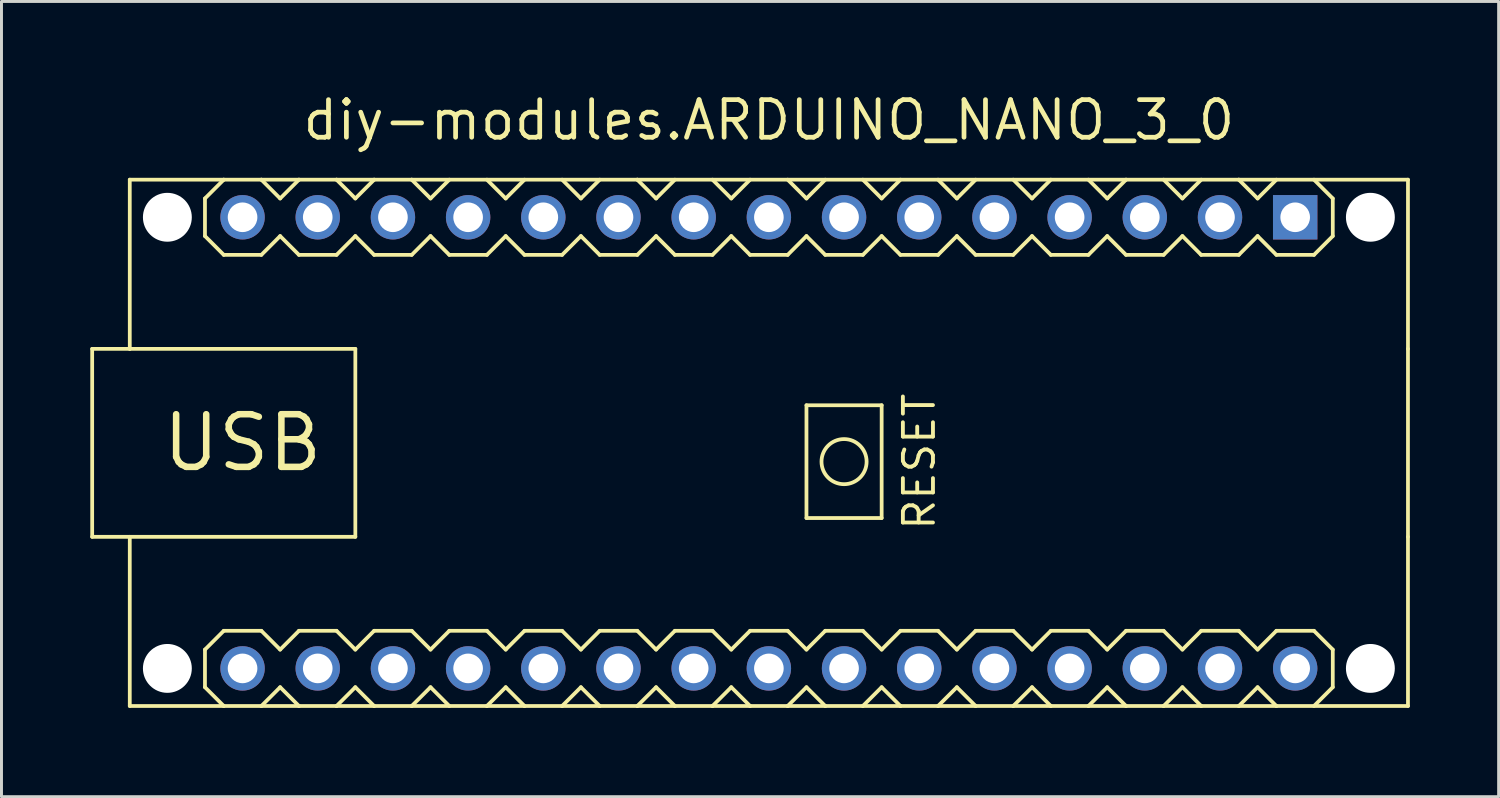
<source format=kicad_pcb>
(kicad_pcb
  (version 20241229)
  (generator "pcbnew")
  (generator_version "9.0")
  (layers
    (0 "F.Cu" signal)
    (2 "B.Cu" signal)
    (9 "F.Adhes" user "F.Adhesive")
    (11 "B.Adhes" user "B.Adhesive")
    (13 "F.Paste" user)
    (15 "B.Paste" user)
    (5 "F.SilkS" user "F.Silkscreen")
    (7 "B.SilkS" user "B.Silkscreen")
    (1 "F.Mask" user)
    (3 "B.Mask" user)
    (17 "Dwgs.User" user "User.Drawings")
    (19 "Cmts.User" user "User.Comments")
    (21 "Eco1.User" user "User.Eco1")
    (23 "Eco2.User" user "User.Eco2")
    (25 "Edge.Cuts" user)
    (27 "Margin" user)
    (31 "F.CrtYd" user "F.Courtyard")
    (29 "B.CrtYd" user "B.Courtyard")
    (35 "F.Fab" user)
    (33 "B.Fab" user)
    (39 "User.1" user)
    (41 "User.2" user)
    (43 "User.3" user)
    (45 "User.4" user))
  (footprint "diy-modules.ARDUINO_NANO_3_0"
    (layer "F.Cu")
    (at 22.924 11.91)
    (property "Reference" "diy-modules.ARDUINO_NANO_3_0" (at 0 -10.16 0) (layer "F.SilkS") (effects (font (size 1.27 1.27) (thickness 0.16)) (justify bottom)))
    (attr through_hole)
    (fp_line (start -22.86 -3.175) (end -22.86 3.175) (stroke (width 0.127) (type default)) (layer "F.SilkS"))
    (fp_line (start -22.86 3.175) (end -21.59 3.175) (stroke (width 0.127) (type default)) (layer "F.SilkS"))
    (fp_line (start -21.59 -8.89) (end -21.59 -3.175) (stroke (width 0.127) (type default)) (layer "F.SilkS"))
    (fp_line (start -21.59 -3.175) (end -22.86 -3.175) (stroke (width 0.127) (type default)) (layer "F.SilkS"))
    (fp_line (start -21.59 -3.175) (end -13.97 -3.175) (stroke (width 0.127) (type default)) (layer "F.SilkS"))
    (fp_line (start -21.59 3.175) (end -21.59 8.89) (stroke (width 0.127) (type default)) (layer "F.SilkS"))
    (fp_line (start -21.59 8.89) (end -18.415 8.89) (stroke (width 0.127) (type default)) (layer "F.SilkS"))
    (fp_line (start -19.05 -8.255) (end -19.05 -6.985) (stroke (width 0.127) (type default)) (layer "F.SilkS"))
    (fp_line (start -19.05 -6.985) (end -18.415 -6.35) (stroke (width 0.127) (type default)) (layer "F.SilkS"))
    (fp_line (start -19.05 6.985) (end -19.05 8.255) (stroke (width 0.127) (type default)) (layer "F.SilkS"))
    (fp_line (start -19.05 8.255) (end -18.415 8.89) (stroke (width 0.127) (type default)) (layer "F.SilkS"))
    (fp_line (start -18.415 -8.89) (end -21.59 -8.89) (stroke (width 0.127) (type default)) (layer "F.SilkS"))
    (fp_line (start -18.415 -8.89) (end -19.05 -8.255) (stroke (width 0.127) (type default)) (layer "F.SilkS"))
    (fp_line (start -18.415 -6.35) (end -17.145 -6.35) (stroke (width 0.127) (type default)) (layer "F.SilkS"))
    (fp_line (start -18.415 6.35) (end -19.05 6.985) (stroke (width 0.127) (type default)) (layer "F.SilkS"))
    (fp_line (start -18.415 8.89) (end -17.145 8.89) (stroke (width 0.127) (type default)) (layer "F.SilkS"))
    (fp_line (start -17.145 -8.89) (end -18.415 -8.89) (stroke (width 0.127) (type default)) (layer "F.SilkS"))
    (fp_line (start -17.145 -6.35) (end -16.51 -6.985) (stroke (width 0.127) (type default)) (layer "F.SilkS"))
    (fp_line (start -17.145 6.35) (end -18.415 6.35) (stroke (width 0.127) (type default)) (layer "F.SilkS"))
    (fp_line (start -17.145 8.89) (end -16.51 8.255) (stroke (width 0.127) (type default)) (layer "F.SilkS"))
    (fp_line (start -17.145 8.89) (end -15.875 8.89) (stroke (width 0.127) (type default)) (layer "F.SilkS"))
    (fp_line (start -16.51 -8.255) (end -17.145 -8.89) (stroke (width 0.127) (type default)) (layer "F.SilkS"))
    (fp_line (start -16.51 -6.985) (end -15.875 -6.35) (stroke (width 0.127) (type default)) (layer "F.SilkS"))
    (fp_line (start -16.51 6.985) (end -17.145 6.35) (stroke (width 0.127) (type default)) (layer "F.SilkS"))
    (fp_line (start -16.51 8.255) (end -15.875 8.89) (stroke (width 0.127) (type default)) (layer "F.SilkS"))
    (fp_line (start -15.875 -8.89) (end -17.145 -8.89) (stroke (width 0.127) (type default)) (layer "F.SilkS"))
    (fp_line (start -15.875 -8.89) (end -16.51 -8.255) (stroke (width 0.127) (type default)) (layer "F.SilkS"))
    (fp_line (start -15.875 -6.35) (end -14.605 -6.35) (stroke (width 0.127) (type default)) (layer "F.SilkS"))
    (fp_line (start -15.875 6.35) (end -16.51 6.985) (stroke (width 0.127) (type default)) (layer "F.SilkS"))
    (fp_line (start -15.875 8.89) (end -14.605 8.89) (stroke (width 0.127) (type default)) (layer "F.SilkS"))
    (fp_line (start -14.605 -8.89) (end -15.875 -8.89) (stroke (width 0.127) (type default)) (layer "F.SilkS"))
    (fp_line (start -14.605 -6.35) (end -13.97 -6.985) (stroke (width 0.127) (type default)) (layer "F.SilkS"))
    (fp_line (start -14.605 6.35) (end -15.875 6.35) (stroke (width 0.127) (type default)) (layer "F.SilkS"))
    (fp_line (start -14.605 8.89) (end -13.97 8.255) (stroke (width 0.127) (type default)) (layer "F.SilkS"))
    (fp_line (start -14.605 8.89) (end -13.335 8.89) (stroke (width 0.127) (type default)) (layer "F.SilkS"))
    (fp_line (start -13.97 -8.255) (end -14.605 -8.89) (stroke (width 0.127) (type default)) (layer "F.SilkS"))
    (fp_line (start -13.97 -6.985) (end -13.335 -6.35) (stroke (width 0.127) (type default)) (layer "F.SilkS"))
    (fp_line (start -13.97 -3.175) (end -13.97 3.175) (stroke (width 0.127) (type default)) (layer "F.SilkS"))
    (fp_line (start -13.97 3.175) (end -21.59 3.175) (stroke (width 0.127) (type default)) (layer "F.SilkS"))
    (fp_line (start -13.97 6.985) (end -14.605 6.35) (stroke (width 0.127) (type default)) (layer "F.SilkS"))
    (fp_line (start -13.97 8.255) (end -13.335 8.89) (stroke (width 0.127) (type default)) (layer "F.SilkS"))
    (fp_line (start -13.335 -8.89) (end -14.605 -8.89) (stroke (width 0.127) (type default)) (layer "F.SilkS"))
    (fp_line (start -13.335 -8.89) (end -13.97 -8.255) (stroke (width 0.127) (type default)) (layer "F.SilkS"))
    (fp_line (start -13.335 -6.35) (end -12.065 -6.35) (stroke (width 0.127) (type default)) (layer "F.SilkS"))
    (fp_line (start -13.335 6.35) (end -13.97 6.985) (stroke (width 0.127) (type default)) (layer "F.SilkS"))
    (fp_line (start -13.335 8.89) (end -12.065 8.89) (stroke (width 0.127) (type default)) (layer "F.SilkS"))
    (fp_line (start -12.065 -8.89) (end -13.335 -8.89) (stroke (width 0.127) (type default)) (layer "F.SilkS"))
    (fp_line (start -12.065 -6.35) (end -11.43 -6.985) (stroke (width 0.127) (type default)) (layer "F.SilkS"))
    (fp_line (start -12.065 6.35) (end -13.335 6.35) (stroke (width 0.127) (type default)) (layer "F.SilkS"))
    (fp_line (start -12.065 8.89) (end -11.43 8.255) (stroke (width 0.127) (type default)) (layer "F.SilkS"))
    (fp_line (start -12.065 8.89) (end -9.525 8.89) (stroke (width 0.127) (type default)) (layer "F.SilkS"))
    (fp_line (start -11.43 -8.255) (end -12.065 -8.89) (stroke (width 0.127) (type default)) (layer "F.SilkS"))
    (fp_line (start -11.43 -6.985) (end -10.795 -6.35) (stroke (width 0.127) (type default)) (layer "F.SilkS"))
    (fp_line (start -11.43 6.985) (end -12.065 6.35) (stroke (width 0.127) (type default)) (layer "F.SilkS"))
    (fp_line (start -10.795 -8.89) (end -11.43 -8.255) (stroke (width 0.127) (type default)) (layer "F.SilkS"))
    (fp_line (start -10.795 -6.35) (end -9.525 -6.35) (stroke (width 0.127) (type default)) (layer "F.SilkS"))
    (fp_line (start -10.795 6.35) (end -11.43 6.985) (stroke (width 0.127) (type default)) (layer "F.SilkS"))
    (fp_line (start -10.795 6.35) (end -9.525 6.35) (stroke (width 0.127) (type default)) (layer "F.SilkS"))
    (fp_line (start -10.795 8.89) (end -11.43 8.255) (stroke (width 0.127) (type default)) (layer "F.SilkS"))
    (fp_line (start -9.525 -6.35) (end -8.89 -6.985) (stroke (width 0.127) (type default)) (layer "F.SilkS"))
    (fp_line (start -9.525 6.35) (end -8.89 6.985) (stroke (width 0.127) (type default)) (layer "F.SilkS"))
    (fp_line (start -9.525 8.89) (end -8.89 8.255) (stroke (width 0.127) (type default)) (layer "F.SilkS"))
    (fp_line (start -9.525 8.89) (end -8.255 8.89) (stroke (width 0.127) (type default)) (layer "F.SilkS"))
    (fp_line (start -8.89 -8.255) (end -9.525 -8.89) (stroke (width 0.127) (type default)) (layer "F.SilkS"))
    (fp_line (start -8.89 -6.985) (end -8.255 -6.35) (stroke (width 0.127) (type default)) (layer "F.SilkS"))
    (fp_line (start -8.89 6.985) (end -8.255 6.35) (stroke (width 0.127) (type default)) (layer "F.SilkS"))
    (fp_line (start -8.89 8.255) (end -8.255 8.89) (stroke (width 0.127) (type default)) (layer "F.SilkS"))
    (fp_line (start -8.255 -8.89) (end -8.89 -8.255) (stroke (width 0.127) (type default)) (layer "F.SilkS"))
    (fp_line (start -8.255 -6.35) (end -6.985 -6.35) (stroke (width 0.127) (type default)) (layer "F.SilkS"))
    (fp_line (start -8.255 6.35) (end -6.985 6.35) (stroke (width 0.127) (type default)) (layer "F.SilkS"))
    (fp_line (start -8.255 8.89) (end -6.985 8.89) (stroke (width 0.127) (type default)) (layer "F.SilkS"))
    (fp_line (start -6.985 -6.35) (end -6.35 -6.985) (stroke (width 0.127) (type default)) (layer "F.SilkS"))
    (fp_line (start -6.985 6.35) (end -6.35 6.985) (stroke (width 0.127) (type default)) (layer "F.SilkS"))
    (fp_line (start -6.985 8.89) (end -6.35 8.255) (stroke (width 0.127) (type default)) (layer "F.SilkS"))
    (fp_line (start -6.985 8.89) (end -5.715 8.89) (stroke (width 0.127) (type default)) (layer "F.SilkS"))
    (fp_line (start -6.35 -8.255) (end -6.985 -8.89) (stroke (width 0.127) (type default)) (layer "F.SilkS"))
    (fp_line (start -6.35 -6.985) (end -5.715 -6.35) (stroke (width 0.127) (type default)) (layer "F.SilkS"))
    (fp_line (start -6.35 6.985) (end -5.715 6.35) (stroke (width 0.127) (type default)) (layer "F.SilkS"))
    (fp_line (start -6.35 8.255) (end -5.715 8.89) (stroke (width 0.127) (type default)) (layer "F.SilkS"))
    (fp_line (start -5.715 -8.89) (end -6.35 -8.255) (stroke (width 0.127) (type default)) (layer "F.SilkS"))
    (fp_line (start -5.715 -6.35) (end -4.445 -6.35) (stroke (width 0.127) (type default)) (layer "F.SilkS"))
    (fp_line (start -5.715 6.35) (end -4.445 6.35) (stroke (width 0.127) (type default)) (layer "F.SilkS"))
    (fp_line (start -5.715 8.89) (end -4.445 8.89) (stroke (width 0.127) (type default)) (layer "F.SilkS"))
    (fp_line (start -4.445 -8.89) (end -12.065 -8.89) (stroke (width 0.127) (type default)) (layer "F.SilkS"))
    (fp_line (start -4.445 -6.35) (end -3.81 -6.985) (stroke (width 0.127) (type default)) (layer "F.SilkS"))
    (fp_line (start -4.445 6.35) (end -3.81 6.985) (stroke (width 0.127) (type default)) (layer "F.SilkS"))
    (fp_line (start -4.445 8.89) (end -3.81 8.255) (stroke (width 0.127) (type default)) (layer "F.SilkS"))
    (fp_line (start -4.445 8.89) (end -3.175 8.89) (stroke (width 0.127) (type default)) (layer "F.SilkS"))
    (fp_line (start -3.81 -8.255) (end -4.445 -8.89) (stroke (width 0.127) (type default)) (layer "F.SilkS"))
    (fp_line (start -3.81 -6.985) (end -3.175 -6.35) (stroke (width 0.127) (type default)) (layer "F.SilkS"))
    (fp_line (start -3.81 6.985) (end -3.175 6.35) (stroke (width 0.127) (type default)) (layer "F.SilkS"))
    (fp_line (start -3.81 8.255) (end -3.175 8.89) (stroke (width 0.127) (type default)) (layer "F.SilkS"))
    (fp_line (start -3.175 -8.89) (end -3.81 -8.255) (stroke (width 0.127) (type default)) (layer "F.SilkS"))
    (fp_line (start -3.175 -6.35) (end -1.905 -6.35) (stroke (width 0.127) (type default)) (layer "F.SilkS"))
    (fp_line (start -3.175 6.35) (end -1.905 6.35) (stroke (width 0.127) (type default)) (layer "F.SilkS"))
    (fp_line (start -3.175 8.89) (end -1.905 8.89) (stroke (width 0.127) (type default)) (layer "F.SilkS"))
    (fp_line (start -1.905 -6.35) (end -1.27 -6.985) (stroke (width 0.127) (type default)) (layer "F.SilkS"))
    (fp_line (start -1.905 6.35) (end -1.27 6.985) (stroke (width 0.127) (type default)) (layer "F.SilkS"))
    (fp_line (start -1.905 8.89) (end -1.27 8.255) (stroke (width 0.127) (type default)) (layer "F.SilkS"))
    (fp_line (start -1.905 8.89) (end -0.635 8.89) (stroke (width 0.127) (type default)) (layer "F.SilkS"))
    (fp_line (start -1.27 -8.255) (end -1.905 -8.89) (stroke (width 0.127) (type default)) (layer "F.SilkS"))
    (fp_line (start -1.27 -6.985) (end -0.635 -6.35) (stroke (width 0.127) (type default)) (layer "F.SilkS"))
    (fp_line (start -1.27 6.985) (end -0.635 6.35) (stroke (width 0.127) (type default)) (layer "F.SilkS"))
    (fp_line (start -1.27 8.255) (end -0.635 8.89) (stroke (width 0.127) (type default)) (layer "F.SilkS"))
    (fp_line (start -0.635 -8.89) (end -1.27 -8.255) (stroke (width 0.127) (type default)) (layer "F.SilkS"))
    (fp_line (start -0.635 -6.35) (end 0.635 -6.35) (stroke (width 0.127) (type default)) (layer "F.SilkS"))
    (fp_line (start -0.635 6.35) (end 0.635 6.35) (stroke (width 0.127) (type default)) (layer "F.SilkS"))
    (fp_line (start -0.635 8.89) (end 0.635 8.89) (stroke (width 0.127) (type default)) (layer "F.SilkS"))
    (fp_line (start 0.635 -6.35) (end 1.27 -6.985) (stroke (width 0.127) (type default)) (layer "F.SilkS"))
    (fp_line (start 0.635 6.35) (end 1.27 6.985) (stroke (width 0.127) (type default)) (layer "F.SilkS"))
    (fp_line (start 0.635 8.89) (end 1.27 8.255) (stroke (width 0.127) (type default)) (layer "F.SilkS"))
    (fp_line (start 0.635 8.89) (end 1.905 8.89) (stroke (width 0.127) (type default)) (layer "F.SilkS"))
    (fp_line (start 1.27 -8.255) (end 0.635 -8.89) (stroke (width 0.127) (type default)) (layer "F.SilkS"))
    (fp_line (start 1.27 -6.985) (end 1.905 -6.35) (stroke (width 0.127) (type default)) (layer "F.SilkS"))
    (fp_line (start 1.27 -1.27) (end 1.27 2.54) (stroke (width 0.127) (type default)) (layer "F.SilkS"))
    (fp_line (start 1.27 2.54) (end 3.81 2.54) (stroke (width 0.127) (type default)) (layer "F.SilkS"))
    (fp_line (start 1.27 6.985) (end 1.905 6.35) (stroke (width 0.127) (type default)) (layer "F.SilkS"))
    (fp_line (start 1.27 8.255) (end 1.905 8.89) (stroke (width 0.127) (type default)) (layer "F.SilkS"))
    (fp_line (start 1.905 -8.89) (end 1.27 -8.255) (stroke (width 0.127) (type default)) (layer "F.SilkS"))
    (fp_line (start 1.905 -6.35) (end 3.175 -6.35) (stroke (width 0.127) (type default)) (layer "F.SilkS"))
    (fp_line (start 1.905 6.35) (end 3.175 6.35) (stroke (width 0.127) (type default)) (layer "F.SilkS"))
    (fp_line (start 1.905 8.89) (end 3.175 8.89) (stroke (width 0.127) (type default)) (layer "F.SilkS"))
    (fp_line (start 3.175 -6.35) (end 3.81 -6.985) (stroke (width 0.127) (type default)) (layer "F.SilkS"))
    (fp_line (start 3.175 6.35) (end 3.81 6.985) (stroke (width 0.127) (type default)) (layer "F.SilkS"))
    (fp_line (start 3.175 8.89) (end 3.81 8.255) (stroke (width 0.127) (type default)) (layer "F.SilkS"))
    (fp_line (start 3.175 8.89) (end 4.445 8.89) (stroke (width 0.127) (type default)) (layer "F.SilkS"))
    (fp_line (start 3.81 -8.255) (end 3.175 -8.89) (stroke (width 0.127) (type default)) (layer "F.SilkS"))
    (fp_line (start 3.81 -6.985) (end 4.445 -6.35) (stroke (width 0.127) (type default)) (layer "F.SilkS"))
    (fp_line (start 3.81 -1.27) (end 1.27 -1.27) (stroke (width 0.127) (type default)) (layer "F.SilkS"))
    (fp_line (start 3.81 2.54) (end 3.81 -1.27) (stroke (width 0.127) (type default)) (layer "F.SilkS"))
    (fp_line (start 3.81 6.985) (end 4.445 6.35) (stroke (width 0.127) (type default)) (layer "F.SilkS"))
    (fp_line (start 3.81 8.255) (end 4.445 8.89) (stroke (width 0.127) (type default)) (layer "F.SilkS"))
    (fp_line (start 4.445 -8.89) (end 3.81 -8.255) (stroke (width 0.127) (type default)) (layer "F.SilkS"))
    (fp_line (start 4.445 -6.35) (end 5.715 -6.35) (stroke (width 0.127) (type default)) (layer "F.SilkS"))
    (fp_line (start 4.445 6.35) (end 5.715 6.35) (stroke (width 0.127) (type default)) (layer "F.SilkS"))
    (fp_line (start 4.445 8.89) (end 5.715 8.89) (stroke (width 0.127) (type default)) (layer "F.SilkS"))
    (fp_line (start 5.715 -6.35) (end 6.35 -6.985) (stroke (width 0.127) (type default)) (layer "F.SilkS"))
    (fp_line (start 5.715 6.35) (end 6.35 6.985) (stroke (width 0.127) (type default)) (layer "F.SilkS"))
    (fp_line (start 5.715 8.89) (end 6.35 8.255) (stroke (width 0.127) (type default)) (layer "F.SilkS"))
    (fp_line (start 5.715 8.89) (end 6.985 8.89) (stroke (width 0.127) (type default)) (layer "F.SilkS"))
    (fp_line (start 6.35 -8.255) (end 5.715 -8.89) (stroke (width 0.127) (type default)) (layer "F.SilkS"))
    (fp_line (start 6.35 -6.985) (end 6.985 -6.35) (stroke (width 0.127) (type default)) (layer "F.SilkS"))
    (fp_line (start 6.35 6.985) (end 6.985 6.35) (stroke (width 0.127) (type default)) (layer "F.SilkS"))
    (fp_line (start 6.35 8.255) (end 6.985 8.89) (stroke (width 0.127) (type default)) (layer "F.SilkS"))
    (fp_line (start 6.985 -8.89) (end 6.35 -8.255) (stroke (width 0.127) (type default)) (layer "F.SilkS"))
    (fp_line (start 6.985 -6.35) (end 8.255 -6.35) (stroke (width 0.127) (type default)) (layer "F.SilkS"))
    (fp_line (start 6.985 6.35) (end 8.255 6.35) (stroke (width 0.127) (type default)) (layer "F.SilkS"))
    (fp_line (start 6.985 8.89) (end 8.255 8.89) (stroke (width 0.127) (type default)) (layer "F.SilkS"))
    (fp_line (start 8.255 -6.35) (end 8.89 -6.985) (stroke (width 0.127) (type default)) (layer "F.SilkS"))
    (fp_line (start 8.255 6.35) (end 8.89 6.985) (stroke (width 0.127) (type default)) (layer "F.SilkS"))
    (fp_line (start 8.255 8.89) (end 8.89 8.255) (stroke (width 0.127) (type default)) (layer "F.SilkS"))
    (fp_line (start 8.255 8.89) (end 9.525 8.89) (stroke (width 0.127) (type default)) (layer "F.SilkS"))
    (fp_line (start 8.89 -8.255) (end 8.255 -8.89) (stroke (width 0.127) (type default)) (layer "F.SilkS"))
    (fp_line (start 8.89 -6.985) (end 9.525 -6.35) (stroke (width 0.127) (type default)) (layer "F.SilkS"))
    (fp_line (start 8.89 6.985) (end 9.525 6.35) (stroke (width 0.127) (type default)) (layer "F.SilkS"))
    (fp_line (start 8.89 8.255) (end 9.525 8.89) (stroke (width 0.127) (type default)) (layer "F.SilkS"))
    (fp_line (start 9.525 -8.89) (end 8.89 -8.255) (stroke (width 0.127) (type default)) (layer "F.SilkS"))
    (fp_line (start 9.525 -6.35) (end 10.795 -6.35) (stroke (width 0.127) (type default)) (layer "F.SilkS"))
    (fp_line (start 9.525 6.35) (end 10.795 6.35) (stroke (width 0.127) (type default)) (layer "F.SilkS"))
    (fp_line (start 9.525 8.89) (end 10.795 8.89) (stroke (width 0.127) (type default)) (layer "F.SilkS"))
    (fp_line (start 10.795 -6.35) (end 11.43 -6.985) (stroke (width 0.127) (type default)) (layer "F.SilkS"))
    (fp_line (start 10.795 6.35) (end 11.43 6.985) (stroke (width 0.127) (type default)) (layer "F.SilkS"))
    (fp_line (start 10.795 8.89) (end 11.43 8.255) (stroke (width 0.127) (type default)) (layer "F.SilkS"))
    (fp_line (start 10.795 8.89) (end 12.065 8.89) (stroke (width 0.127) (type default)) (layer "F.SilkS"))
    (fp_line (start 11.43 -8.255) (end 10.795 -8.89) (stroke (width 0.127) (type default)) (layer "F.SilkS"))
    (fp_line (start 11.43 -8.255) (end 12.065 -8.89) (stroke (width 0.127) (type default)) (layer "F.SilkS"))
    (fp_line (start 11.43 -6.985) (end 12.065 -6.35) (stroke (width 0.127) (type default)) (layer "F.SilkS"))
    (fp_line (start 11.43 6.985) (end 12.065 6.35) (stroke (width 0.127) (type default)) (layer "F.SilkS"))
    (fp_line (start 11.43 8.255) (end 12.065 8.89) (stroke (width 0.127) (type default)) (layer "F.SilkS"))
    (fp_line (start 12.065 -8.89) (end -4.445 -8.89) (stroke (width 0.127) (type default)) (layer "F.SilkS"))
    (fp_line (start 12.065 -6.35) (end 13.335 -6.35) (stroke (width 0.127) (type default)) (layer "F.SilkS"))
    (fp_line (start 12.065 6.35) (end 13.335 6.35) (stroke (width 0.127) (type default)) (layer "F.SilkS"))
    (fp_line (start 12.065 8.89) (end 13.335 8.89) (stroke (width 0.127) (type default)) (layer "F.SilkS"))
    (fp_line (start 13.335 -6.35) (end 13.97 -6.985) (stroke (width 0.127) (type default)) (layer "F.SilkS"))
    (fp_line (start 13.335 6.35) (end 13.97 6.985) (stroke (width 0.127) (type default)) (layer "F.SilkS"))
    (fp_line (start 13.335 8.89) (end 13.97 8.255) (stroke (width 0.127) (type default)) (layer "F.SilkS"))
    (fp_line (start 13.335 8.89) (end 14.605 8.89) (stroke (width 0.127) (type default)) (layer "F.SilkS"))
    (fp_line (start 13.97 -8.255) (end 13.335 -8.89) (stroke (width 0.127) (type default)) (layer "F.SilkS"))
    (fp_line (start 13.97 -6.985) (end 14.605 -6.35) (stroke (width 0.127) (type default)) (layer "F.SilkS"))
    (fp_line (start 13.97 6.985) (end 14.605 6.35) (stroke (width 0.127) (type default)) (layer "F.SilkS"))
    (fp_line (start 13.97 8.255) (end 14.605 8.89) (stroke (width 0.127) (type default)) (layer "F.SilkS"))
    (fp_line (start 14.605 -8.89) (end 13.97 -8.255) (stroke (width 0.127) (type default)) (layer "F.SilkS"))
    (fp_line (start 14.605 -6.35) (end 15.875 -6.35) (stroke (width 0.127) (type default)) (layer "F.SilkS"))
    (fp_line (start 14.605 6.35) (end 15.875 6.35) (stroke (width 0.127) (type default)) (layer "F.SilkS"))
    (fp_line (start 14.605 8.89) (end 15.875 8.89) (stroke (width 0.127) (type default)) (layer "F.SilkS"))
    (fp_line (start 15.875 -8.89) (end 12.065 -8.89) (stroke (width 0.127) (type default)) (layer "F.SilkS"))
    (fp_line (start 15.875 -6.35) (end 16.51 -6.985) (stroke (width 0.127) (type default)) (layer "F.SilkS"))
    (fp_line (start 15.875 6.35) (end 16.51 6.985) (stroke (width 0.127) (type default)) (layer "F.SilkS"))
    (fp_line (start 15.875 8.89) (end 17.145 8.89) (stroke (width 0.127) (type default)) (layer "F.SilkS"))
    (fp_line (start 16.51 -8.255) (end 15.875 -8.89) (stroke (width 0.127) (type default)) (layer "F.SilkS"))
    (fp_line (start 16.51 -6.985) (end 17.145 -6.35) (stroke (width 0.127) (type default)) (layer "F.SilkS"))
    (fp_line (start 16.51 6.985) (end 17.145 6.35) (stroke (width 0.127) (type default)) (layer "F.SilkS"))
    (fp_line (start 16.51 8.255) (end 15.875 8.89) (stroke (width 0.127) (type default)) (layer "F.SilkS"))
    (fp_line (start 17.145 -8.89) (end 16.51 -8.255) (stroke (width 0.127) (type default)) (layer "F.SilkS"))
    (fp_line (start 17.145 -6.35) (end 18.415 -6.35) (stroke (width 0.127) (type default)) (layer "F.SilkS"))
    (fp_line (start 17.145 6.35) (end 18.415 6.35) (stroke (width 0.127) (type default)) (layer "F.SilkS"))
    (fp_line (start 17.145 8.89) (end 16.51 8.255) (stroke (width 0.127) (type default)) (layer "F.SilkS"))
    (fp_line (start 18.415 -6.35) (end 19.05 -6.985) (stroke (width 0.127) (type default)) (layer "F.SilkS"))
    (fp_line (start 18.415 8.89) (end 19.05 8.255) (stroke (width 0.127) (type default)) (layer "F.SilkS"))
    (fp_line (start 19.05 -8.255) (end 18.415 -8.89) (stroke (width 0.127) (type default)) (layer "F.SilkS"))
    (fp_line (start 19.05 -8.255) (end 19.05 -6.985) (stroke (width 0.127) (type default)) (layer "F.SilkS"))
    (fp_line (start 19.05 6.985) (end 18.415 6.35) (stroke (width 0.127) (type default)) (layer "F.SilkS"))
    (fp_line (start 19.05 6.985) (end 19.05 8.255) (stroke (width 0.127) (type default)) (layer "F.SilkS"))
    (fp_line (start 21.59 -8.89) (end 15.875 -8.89) (stroke (width 0.127) (type default)) (layer "F.SilkS"))
    (fp_line (start 21.59 -8.89) (end 21.59 -3.175) (stroke (width 0.127) (type default)) (layer "F.SilkS"))
    (fp_line (start 21.59 -3.175) (end 21.59 3.175) (stroke (width 0.127) (type default)) (layer "F.SilkS"))
    (fp_line (start 21.59 3.175) (end 21.59 8.89) (stroke (width 0.127) (type default)) (layer "F.SilkS"))
    (fp_line (start 21.59 8.89) (end 17.145 8.89) (stroke (width 0.127) (type default)) (layer "F.SilkS"))
    (fp_circle (center 2.54 0.635) (end 3.302 0.635) (stroke (width 0.127) (type default)) (fill no) (layer "F.SilkS"))
    (fp_text user "USB" (at -17.78 0 0) (layer "F.SilkS") (effects (font (size 1.778 1.778) (thickness 0.22))))
    (fp_text user "RESET" (at 5.08 0.635 90) (layer "F.SilkS") (effects (font (size 1.016 1.016) (thickness 0.13))))
    (pad "" np_thru_hole circle (at -20.32 -7.62) (size 1.651 1.651) (drill 1.651) (layers "*.Cu" "*.Mask"))
    (pad "" np_thru_hole circle (at -20.32 7.62) (size 1.651 1.651) (drill 1.651) (layers "*.Cu" "*.Mask"))
    (pad "" np_thru_hole circle (at 20.32 -7.62) (size 1.651 1.651) (drill 1.651) (layers "*.Cu" "*.Mask"))
    (pad "" np_thru_hole circle (at 20.32 7.62) (size 1.651 1.651) (drill 1.651) (layers "*.Cu" "*.Mask"))
    (pad "J1.1" thru_hole rect (at 17.78 -7.62) (size 1.5 1.5) (drill 1) (layers "*.Cu" "*.Mask"))
    (pad "J1.2" thru_hole circle (at 15.24 -7.62) (size 1.5 1.5) (drill 1) (layers "*.Cu" "*.Mask"))
    (pad "J1.3" thru_hole circle (at 12.7 -7.62) (size 1.5 1.5) (drill 1) (layers "*.Cu" "*.Mask"))
    (pad "J1.4" thru_hole circle (at 10.16 -7.62) (size 1.5 1.5) (drill 1) (layers "*.Cu" "*.Mask"))
    (pad "J1.5" thru_hole circle (at 7.62 -7.62) (size 1.5 1.5) (drill 1) (layers "*.Cu" "*.Mask"))
    (pad "J1.6" thru_hole circle (at 5.08 -7.62) (size 1.5 1.5) (drill 1) (layers "*.Cu" "*.Mask"))
    (pad "J1.7" thru_hole circle (at 2.54 -7.62) (size 1.5 1.5) (drill 1) (layers "*.Cu" "*.Mask"))
    (pad "J1.8" thru_hole circle (at 0 -7.62) (size 1.5 1.5) (drill 1) (layers "*.Cu" "*.Mask"))
    (pad "J1.9" thru_hole circle (at -2.54 -7.62) (size 1.5 1.5) (drill 1) (layers "*.Cu" "*.Mask"))
    (pad "J1.10" thru_hole circle (at -5.08 -7.62) (size 1.5 1.5) (drill 1) (layers "*.Cu" "*.Mask"))
    (pad "J1.11" thru_hole circle (at -7.62 -7.62) (size 1.5 1.5) (drill 1) (layers "*.Cu" "*.Mask"))
    (pad "J1.12" thru_hole circle (at -10.16 -7.62) (size 1.5 1.5) (drill 1) (layers "*.Cu" "*.Mask"))
    (pad "J1.13" thru_hole circle (at -12.7 -7.62) (size 1.5 1.5) (drill 1) (layers "*.Cu" "*.Mask"))
    (pad "J1.14" thru_hole circle (at -15.24 -7.62) (size 1.5 1.5) (drill 1) (layers "*.Cu" "*.Mask"))
    (pad "J1.15" thru_hole circle (at -17.78 -7.62) (size 1.5 1.5) (drill 1) (layers "*.Cu" "*.Mask"))
    (pad "J2.1" thru_hole circle (at 17.78 7.62) (size 1.5 1.5) (drill 1) (layers "*.Cu" "*.Mask"))
    (pad "J2.2" thru_hole circle (at 15.24 7.62) (size 1.5 1.5) (drill 1) (layers "*.Cu" "*.Mask"))
    (pad "J2.3" thru_hole circle (at 12.7 7.62) (size 1.5 1.5) (drill 1) (layers "*.Cu" "*.Mask"))
    (pad "J2.4" thru_hole circle (at 10.16 7.62) (size 1.5 1.5) (drill 1) (layers "*.Cu" "*.Mask"))
    (pad "J2.5" thru_hole circle (at 7.62 7.62) (size 1.5 1.5) (drill 1) (layers "*.Cu" "*.Mask"))
    (pad "J2.6" thru_hole circle (at 5.08 7.62) (size 1.5 1.5) (drill 1) (layers "*.Cu" "*.Mask"))
    (pad "J2.7" thru_hole circle (at 2.54 7.62) (size 1.5 1.5) (drill 1) (layers "*.Cu" "*.Mask"))
    (pad "J2.8" thru_hole circle (at 0 7.62) (size 1.5 1.5) (drill 1) (layers "*.Cu" "*.Mask"))
    (pad "J2.9" thru_hole circle (at -2.54 7.62) (size 1.5 1.5) (drill 1) (layers "*.Cu" "*.Mask"))
    (pad "J2.10" thru_hole circle (at -5.08 7.62) (size 1.5 1.5) (drill 1) (layers "*.Cu" "*.Mask"))
    (pad "J2.11" thru_hole circle (at -7.62 7.62) (size 1.5 1.5) (drill 1) (layers "*.Cu" "*.Mask"))
    (pad "J2.12" thru_hole circle (at -10.16 7.62) (size 1.5 1.5) (drill 1) (layers "*.Cu" "*.Mask"))
    (pad "J2.13" thru_hole circle (at -12.7 7.62) (size 1.5 1.5) (drill 1) (layers "*.Cu" "*.Mask"))
    (pad "J2.14" thru_hole circle (at -15.24 7.62) (size 1.5 1.5) (drill 1) (layers "*.Cu" "*.Mask"))
    (pad "J2.15" thru_hole circle (at -17.78 7.62) (size 1.5 1.5) (drill 1) (layers "*.Cu" "*.Mask")))
  (gr_rect
    (start -3 -3)
    (end 47.577 23.863)
    (stroke (width 0.1) (type default))
    (fill no)
    (layer "Edge.Cuts")))
</source>
